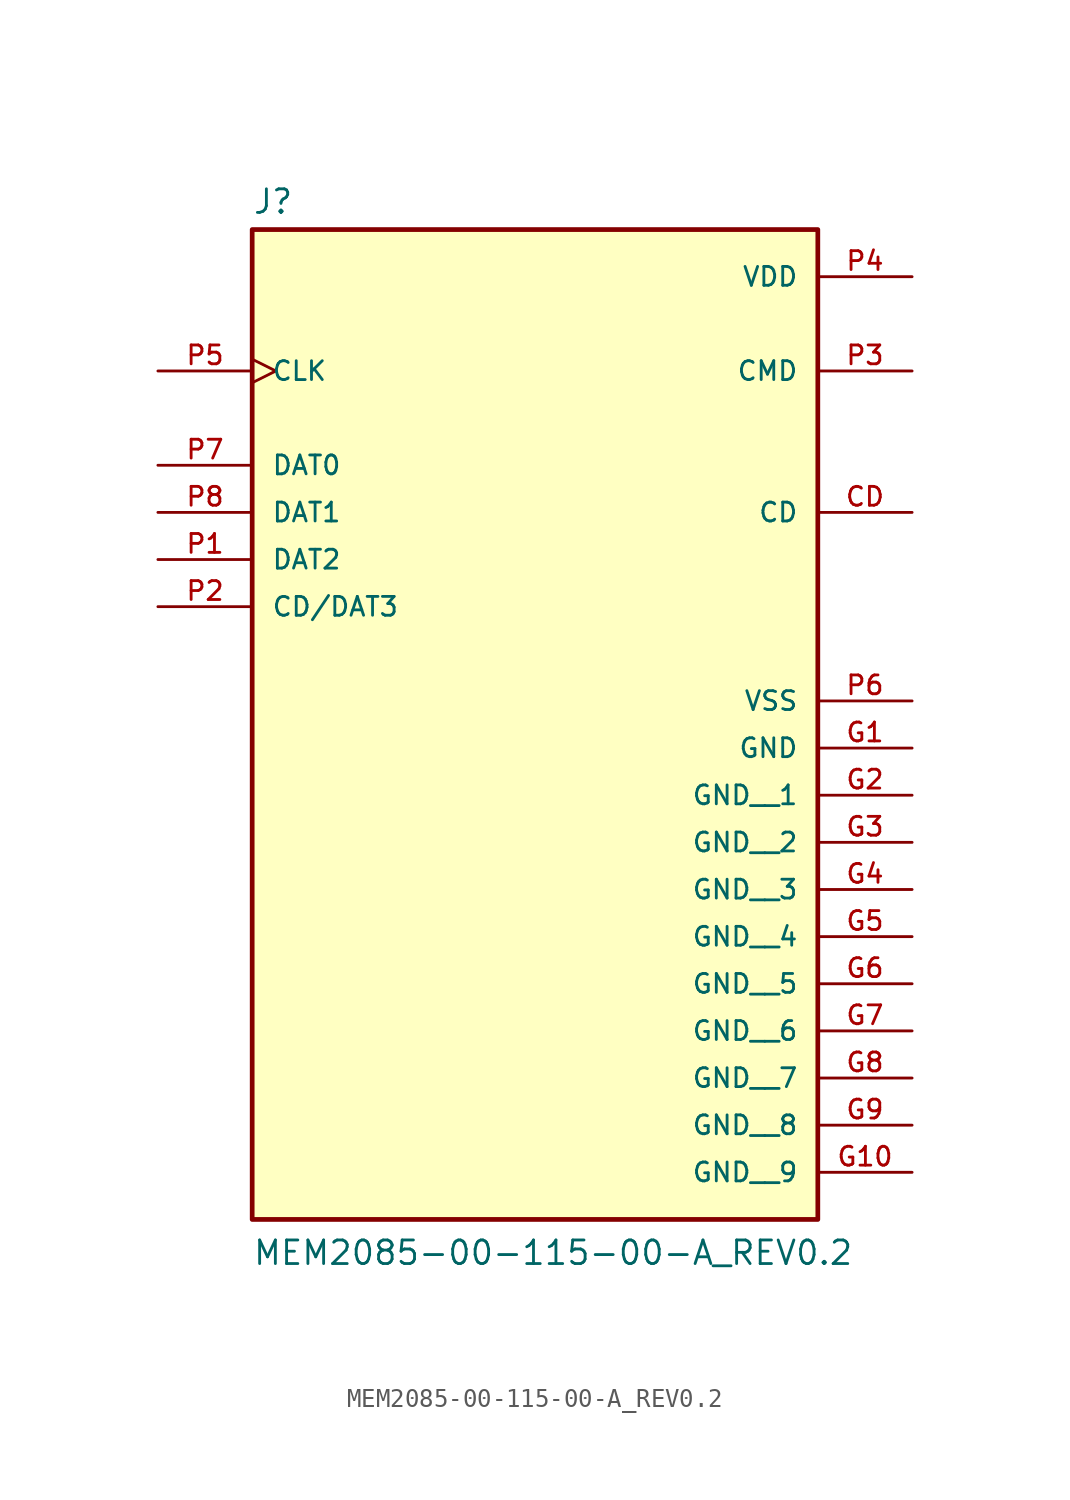
<source format=kicad_sym>
(kicad_symbol_lib
  (version 20211014)
  (generator kicad_symbol_editor)
  (symbol "MEM2085-00-115-00-A_REV0.2"
    (pin_names
      (offset 1.016))
    (property "Reference" "J"
      (at -15.24 16.002 0)
      (effects (font (size 1.27 1.27)) (justify bottom left)))
    (property "Value" "MEM2085-00-115-00-A_REV0.2"
      (at -15.24 -40.64 0)
      (effects (font (size 1.27 1.27)) (justify bottom left)))
    (symbol "MEM2085-00-115-00-A_REV0.2_0_0"
      (rectangle (start -15.24 -38.1) (end 15.24 15.24) (stroke (width 0.254)) (fill (type background)))
      (pin bidirectional line (at -20.32 -2.54 0) (length 5.08) (name "DAT2" (effects (font (size 1.016 1.016)))) (number "P1" (effects (font (size 1.016 1.016)))))
      (pin bidirectional line (at -20.32 -5.08 0) (length 5.08) (name "CD/DAT3" (effects (font (size 1.016 1.016)))) (number "P2" (effects (font (size 1.016 1.016)))))
      (pin power_in line (at 20.32 12.7 180.0) (length 5.08) (name "VDD" (effects (font (size 1.016 1.016)))) (number "P4" (effects (font (size 1.016 1.016)))))
      (pin bidirectional line (at 20.32 7.62 180.0) (length 5.08) (name "CMD" (effects (font (size 1.016 1.016)))) (number "P3" (effects (font (size 1.016 1.016)))))
      (pin bidirectional clock (at -20.32 7.62 0) (length 5.08) (name "CLK" (effects (font (size 1.016 1.016)))) (number "P5" (effects (font (size 1.016 1.016)))))
      (pin power_in line (at 20.32 -10.16 180.0) (length 5.08) (name "VSS" (effects (font (size 1.016 1.016)))) (number "P6" (effects (font (size 1.016 1.016)))))
      (pin bidirectional line (at -20.32 0.0 0) (length 5.08) (name "DAT1" (effects (font (size 1.016 1.016)))) (number "P8" (effects (font (size 1.016 1.016)))))
      (pin bidirectional line (at -20.32 2.54 0) (length 5.08) (name "DAT0" (effects (font (size 1.016 1.016)))) (number "P7" (effects (font (size 1.016 1.016)))))
      (pin power_in line (at 20.32 -12.7 180.0) (length 5.08) (name "GND" (effects (font (size 1.016 1.016)))) (number "G1" (effects (font (size 1.016 1.016)))))
      (pin bidirectional line (at 20.32 0.0 180.0) (length 5.08) (name "CD" (effects (font (size 1.016 1.016)))) (number "CD" (effects (font (size 1.016 1.016)))))
      (pin power_in line (at 20.32 -15.24 180.0) (length 5.08) (name "GND__1" (effects (font (size 1.016 1.016)))) (number "G2" (effects (font (size 1.016 1.016)))))
      (pin power_in line (at 20.32 -17.78 180.0) (length 5.08) (name "GND__2" (effects (font (size 1.016 1.016)))) (number "G3" (effects (font (size 1.016 1.016)))))
      (pin power_in line (at 20.32 -20.32 180.0) (length 5.08) (name "GND__3" (effects (font (size 1.016 1.016)))) (number "G4" (effects (font (size 1.016 1.016)))))
      (pin power_in line (at 20.32 -22.86 180.0) (length 5.08) (name "GND__4" (effects (font (size 1.016 1.016)))) (number "G5" (effects (font (size 1.016 1.016)))))
      (pin power_in line (at 20.32 -25.4 180.0) (length 5.08) (name "GND__5" (effects (font (size 1.016 1.016)))) (number "G6" (effects (font (size 1.016 1.016)))))
      (pin power_in line (at 20.32 -27.94 180.0) (length 5.08) (name "GND__6" (effects (font (size 1.016 1.016)))) (number "G7" (effects (font (size 1.016 1.016)))))
      (pin power_in line (at 20.32 -30.48 180.0) (length 5.08) (name "GND__7" (effects (font (size 1.016 1.016)))) (number "G8" (effects (font (size 1.016 1.016)))))
      (pin power_in line (at 20.32 -33.02 180.0) (length 5.08) (name "GND__8" (effects (font (size 1.016 1.016)))) (number "G9" (effects (font (size 1.016 1.016)))))
      (pin power_in line (at 20.32 -35.56 180.0) (length 5.08) (name "GND__9" (effects (font (size 1.016 1.016)))) (number "G10" (effects (font (size 1.016 1.016))))))))
</source>
